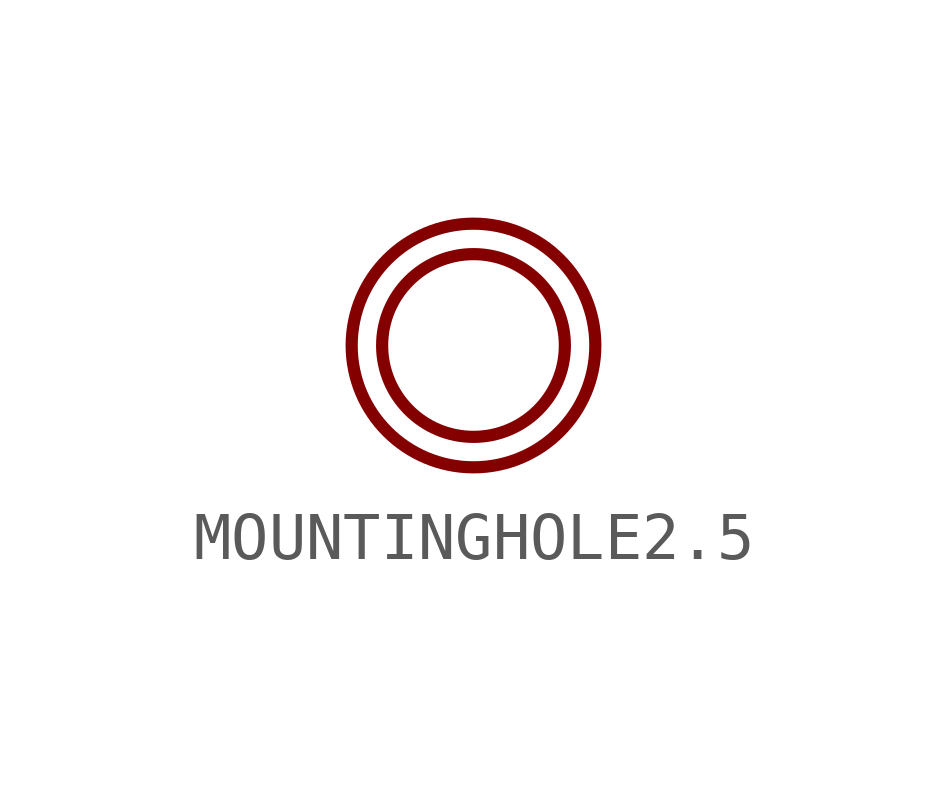
<source format=kicad_sym>
(kicad_symbol_lib
  (version 20211014)
  (generator kicad_symbol_editor)
  (symbol "MOUNTINGHOLE2.5"
    (property "Reference" ""
      (at 0 0 0)
      (effects (font (size 1.27 1.27)) hide))
    (property "ki_locked" ""
      (at 0 0 0)
      (effects (font (size 1.27 1.27))))
    (symbol "MOUNTINGHOLE2.5_1_0"
      (circle (center 0 0) (radius 1.905) (stroke (width 0.254)) (stroke (width 0.254) (type default) (color 0 0 0 0)) (fill (type none)))
      (circle (center 0 0) (radius 2.54) (stroke (width 0.254)) (stroke (width 0.254) (type default) (color 0 0 0 0)) (fill (type none))))))
</source>
